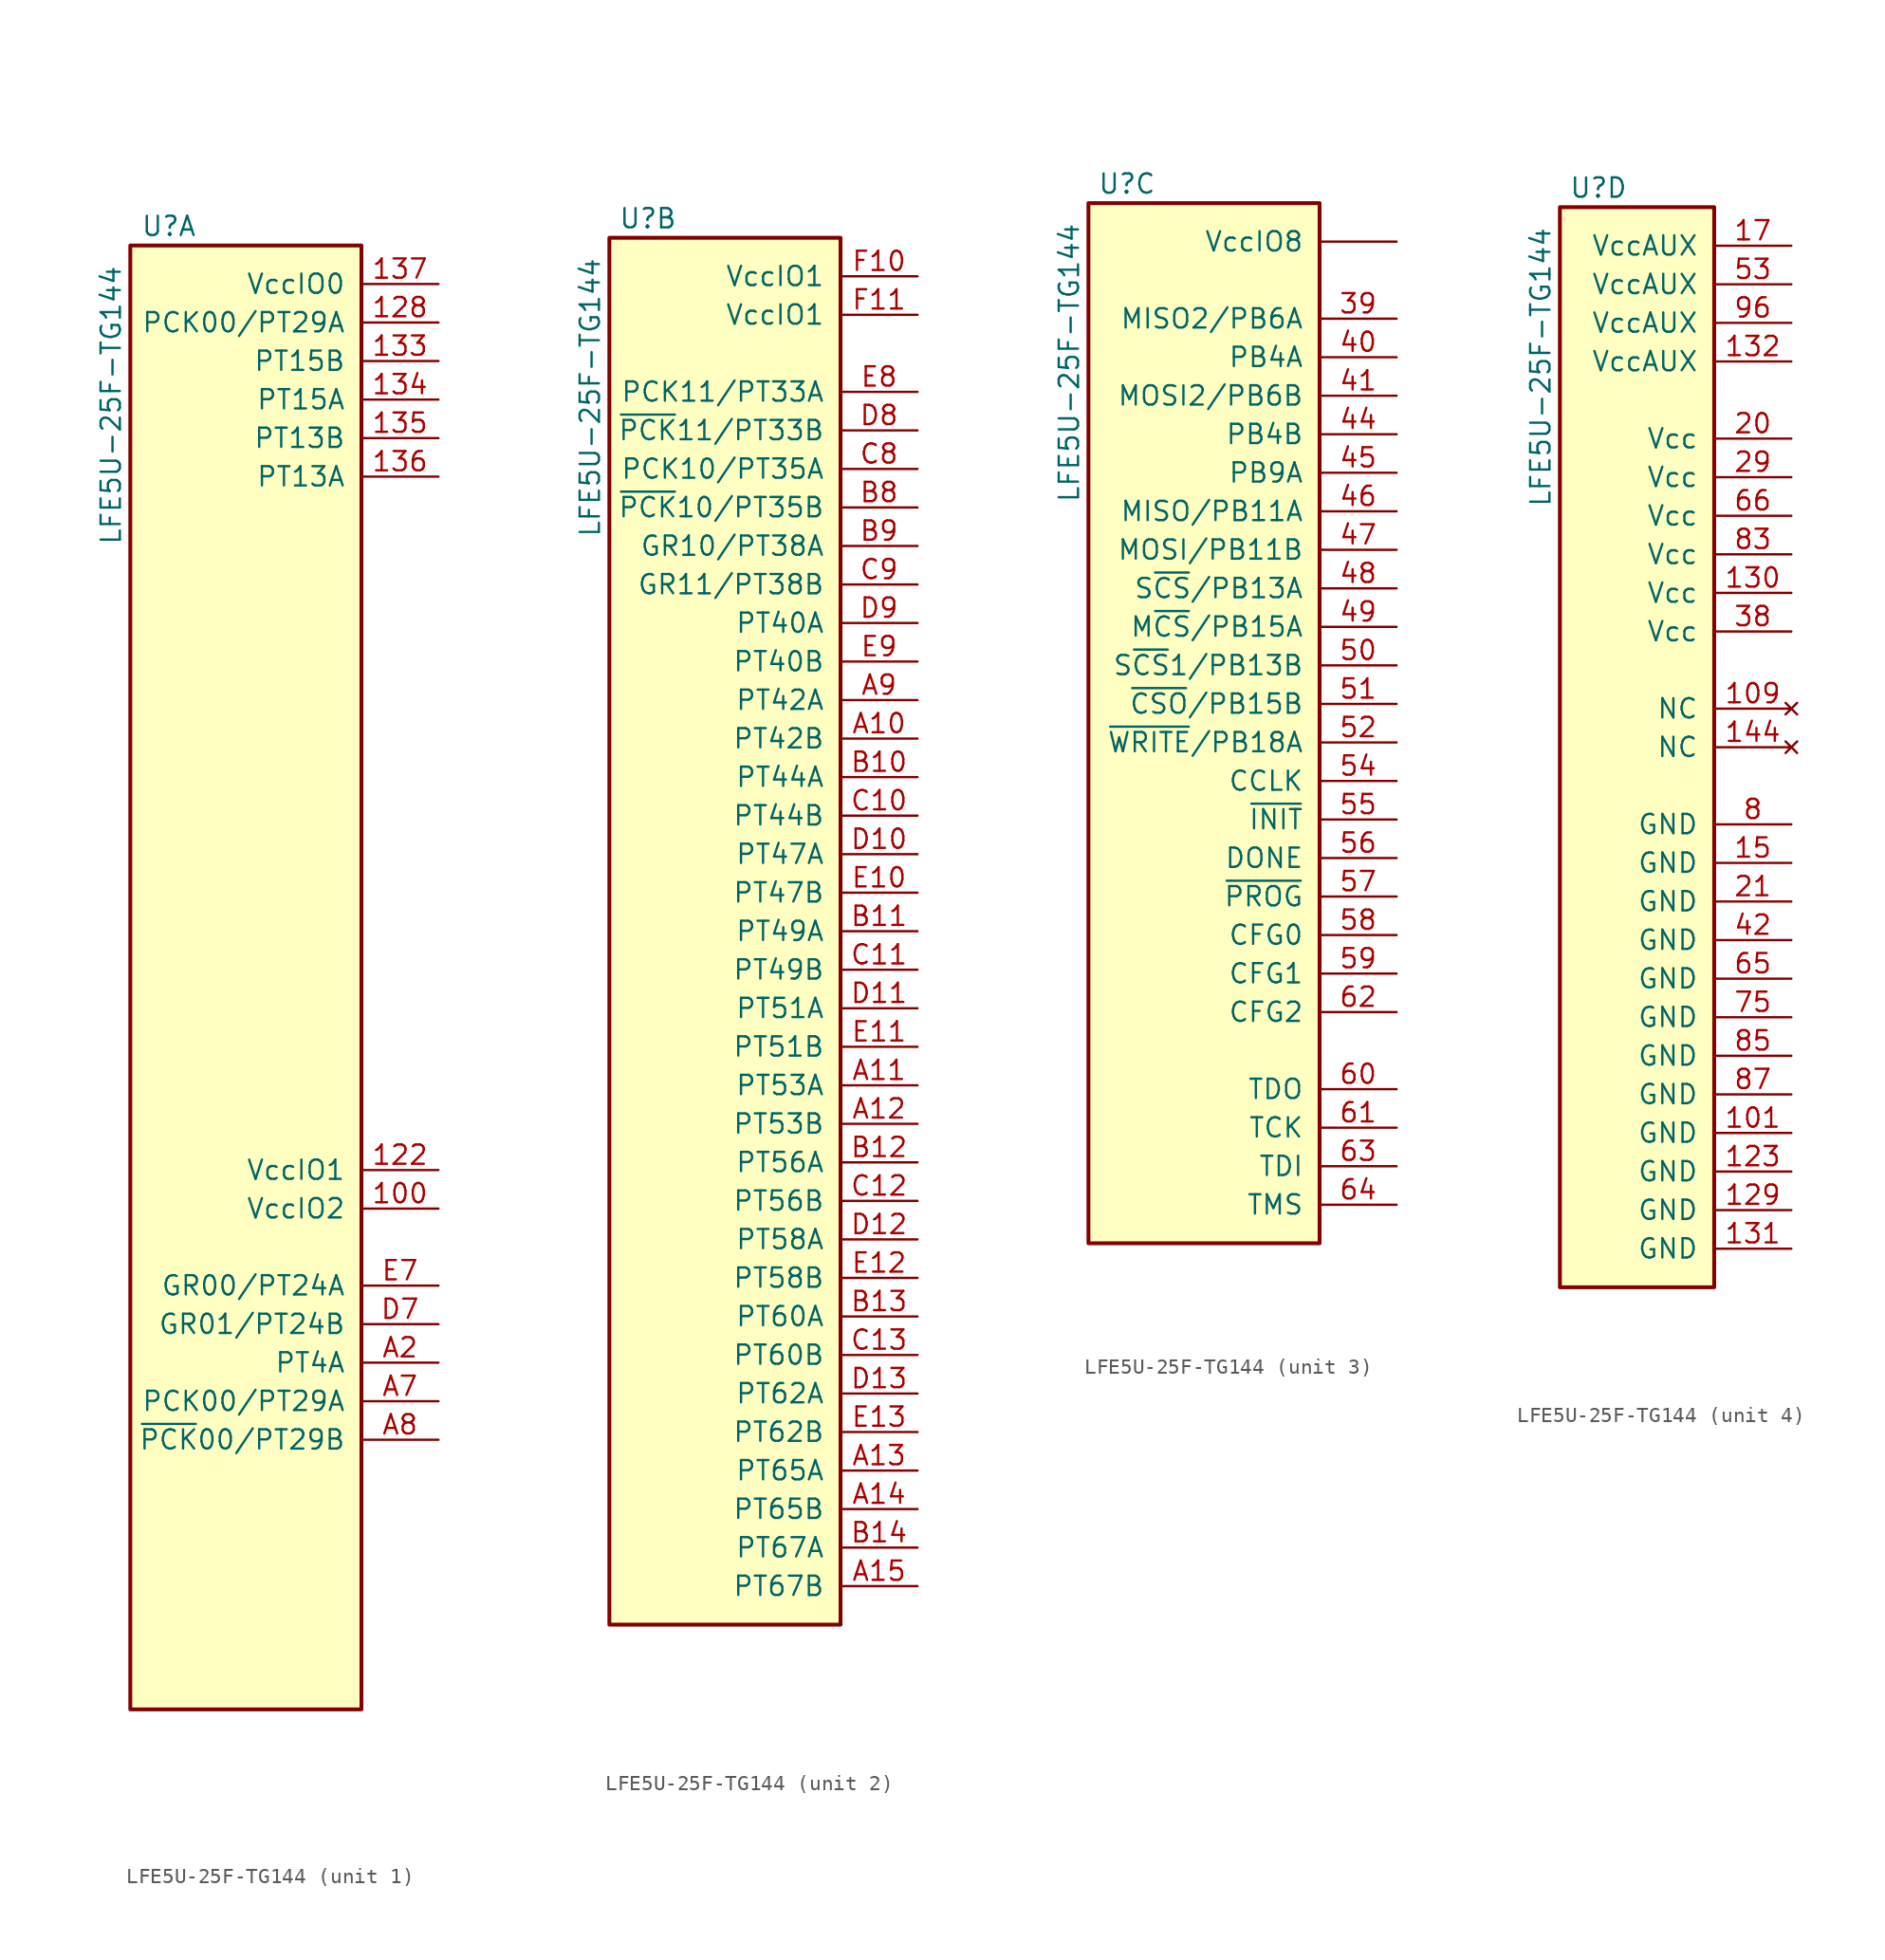
<source format=kicad_sym>
(kicad_symbol_lib
  (version 20220914)
  (generator kicad_symbol_editor)
  (symbol "LFE5U-25F-TG144"
    (pin_names
      (offset 1.016))
    (property "Reference" "U"
      (at 0 19.05 0)
      (effects (font (size 1.27 1.27))))
    (property "Value" "LFE5U-25F-TG144"
      (at -3.81 16.51 90)
      (effects (font (size 1.27 1.27)) (justify right)))
    (property "ki_locked" ""
      (at 0 0 0)
      (effects (font (size 1.27 1.27))))
    (symbol "LFE5U-25F-TG144_1_1"
      (rectangle (start -2.54 17.78) (end 12.7 -78.74) (stroke (width 0.254) (type default)) (fill (type background)))
      (pin power_in line (at 17.78 -45.72 180) (length 5.08) (name "VccIO2" (effects (font (size 1.27 1.27)))) (number "100" (effects (font (size 1.27 1.27)))))
      (pin power_in line (at 17.78 -43.18 180) (length 5.08) (name "VccIO1" (effects (font (size 1.27 1.27)))) (number "122" (effects (font (size 1.27 1.27)))))
      (pin bidirectional line (at 17.78 12.7 180) (length 5.08) (name "PCK00/PT29A" (effects (font (size 1.27 1.27)))) (number "128" (effects (font (size 1.27 1.27)))))
      (pin bidirectional line (at 17.78 10.16 180) (length 5.08) (name "PT15B" (effects (font (size 1.27 1.27)))) (number "133" (effects (font (size 1.27 1.27)))))
      (pin bidirectional line (at 17.78 7.62 180) (length 5.08) (name "PT15A" (effects (font (size 1.27 1.27)))) (number "134" (effects (font (size 1.27 1.27)))))
      (pin bidirectional line (at 17.78 5.08 180) (length 5.08) (name "PT13B" (effects (font (size 1.27 1.27)))) (number "135" (effects (font (size 1.27 1.27)))))
      (pin bidirectional line (at 17.78 2.54 180) (length 5.08) (name "PT13A" (effects (font (size 1.27 1.27)))) (number "136" (effects (font (size 1.27 1.27)))))
      (pin power_in line (at 17.78 15.24 180) (length 5.08) (name "VccIO0" (effects (font (size 1.27 1.27)))) (number "137" (effects (font (size 1.27 1.27)))))
      (pin bidirectional line (at 17.78 -55.88 180) (length 5.08) (name "PT4A" (effects (font (size 1.27 1.27)))) (number "A2" (effects (font (size 1.27 1.27)))))
      (pin bidirectional line (at 17.78 -58.42 180) (length 5.08) (name "PCK00/PT29A" (effects (font (size 1.27 1.27)))) (number "A7" (effects (font (size 1.27 1.27)))))
      (pin bidirectional line (at 17.78 -60.96 180) (length 5.08) (name "~{PCK}00/PT29B" (effects (font (size 1.27 1.27)))) (number "A8" (effects (font (size 1.27 1.27)))))
      (pin bidirectional line (at 17.78 -53.34 180) (length 5.08) (name "GR01/PT24B" (effects (font (size 1.27 1.27)))) (number "D7" (effects (font (size 1.27 1.27)))))
      (pin bidirectional line (at 17.78 -50.8 180) (length 5.08) (name "GR00/PT24A" (effects (font (size 1.27 1.27)))) (number "E7" (effects (font (size 1.27 1.27))))))
    (symbol "LFE5U-25F-TG144_2_1"
      (rectangle (start 12.7 -73.66) (end -2.54 17.78) (stroke (width 0.254) (type default)) (fill (type background)))
      (pin bidirectional line (at 17.78 -15.24 180) (length 5.08) (name "PT42B" (effects (font (size 1.27 1.27)))) (number "A10" (effects (font (size 1.27 1.27)))))
      (pin bidirectional line (at 17.78 -38.1 180) (length 5.08) (name "PT53A" (effects (font (size 1.27 1.27)))) (number "A11" (effects (font (size 1.27 1.27)))))
      (pin bidirectional line (at 17.78 -40.64 180) (length 5.08) (name "PT53B" (effects (font (size 1.27 1.27)))) (number "A12" (effects (font (size 1.27 1.27)))))
      (pin bidirectional line (at 17.78 -63.5 180) (length 5.08) (name "PT65A" (effects (font (size 1.27 1.27)))) (number "A13" (effects (font (size 1.27 1.27)))))
      (pin bidirectional line (at 17.78 -66.04 180) (length 5.08) (name "PT65B" (effects (font (size 1.27 1.27)))) (number "A14" (effects (font (size 1.27 1.27)))))
      (pin bidirectional line (at 17.78 -71.12 180) (length 5.08) (name "PT67B" (effects (font (size 1.27 1.27)))) (number "A15" (effects (font (size 1.27 1.27)))))
      (pin bidirectional line (at 17.78 -12.7 180) (length 5.08) (name "PT42A" (effects (font (size 1.27 1.27)))) (number "A9" (effects (font (size 1.27 1.27)))))
      (pin bidirectional line (at 17.78 -17.78 180) (length 5.08) (name "PT44A" (effects (font (size 1.27 1.27)))) (number "B10" (effects (font (size 1.27 1.27)))))
      (pin bidirectional line (at 17.78 -27.94 180) (length 5.08) (name "PT49A" (effects (font (size 1.27 1.27)))) (number "B11" (effects (font (size 1.27 1.27)))))
      (pin bidirectional line (at 17.78 -43.18 180) (length 5.08) (name "PT56A" (effects (font (size 1.27 1.27)))) (number "B12" (effects (font (size 1.27 1.27)))))
      (pin bidirectional line (at 17.78 -53.34 180) (length 5.08) (name "PT60A" (effects (font (size 1.27 1.27)))) (number "B13" (effects (font (size 1.27 1.27)))))
      (pin bidirectional line (at 17.78 -68.58 180) (length 5.08) (name "PT67A" (effects (font (size 1.27 1.27)))) (number "B14" (effects (font (size 1.27 1.27)))))
      (pin bidirectional line (at 17.78 0 180) (length 5.08) (name "~{PCK}10/PT35B" (effects (font (size 1.27 1.27)))) (number "B8" (effects (font (size 1.27 1.27)))))
      (pin bidirectional line (at 17.78 -2.54 180) (length 5.08) (name "GR10/PT38A" (effects (font (size 1.27 1.27)))) (number "B9" (effects (font (size 1.27 1.27)))))
      (pin bidirectional line (at 17.78 -20.32 180) (length 5.08) (name "PT44B" (effects (font (size 1.27 1.27)))) (number "C10" (effects (font (size 1.27 1.27)))))
      (pin bidirectional line (at 17.78 -30.48 180) (length 5.08) (name "PT49B" (effects (font (size 1.27 1.27)))) (number "C11" (effects (font (size 1.27 1.27)))))
      (pin bidirectional line (at 17.78 -45.72 180) (length 5.08) (name "PT56B" (effects (font (size 1.27 1.27)))) (number "C12" (effects (font (size 1.27 1.27)))))
      (pin bidirectional line (at 17.78 -55.88 180) (length 5.08) (name "PT60B" (effects (font (size 1.27 1.27)))) (number "C13" (effects (font (size 1.27 1.27)))))
      (pin bidirectional line (at 17.78 2.54 180) (length 5.08) (name "PCK10/PT35A" (effects (font (size 1.27 1.27)))) (number "C8" (effects (font (size 1.27 1.27)))))
      (pin bidirectional line (at 17.78 -5.08 180) (length 5.08) (name "GR11/PT38B" (effects (font (size 1.27 1.27)))) (number "C9" (effects (font (size 1.27 1.27)))))
      (pin bidirectional line (at 17.78 -22.86 180) (length 5.08) (name "PT47A" (effects (font (size 1.27 1.27)))) (number "D10" (effects (font (size 1.27 1.27)))))
      (pin bidirectional line (at 17.78 -33.02 180) (length 5.08) (name "PT51A" (effects (font (size 1.27 1.27)))) (number "D11" (effects (font (size 1.27 1.27)))))
      (pin bidirectional line (at 17.78 -48.26 180) (length 5.08) (name "PT58A" (effects (font (size 1.27 1.27)))) (number "D12" (effects (font (size 1.27 1.27)))))
      (pin bidirectional line (at 17.78 -58.42 180) (length 5.08) (name "PT62A" (effects (font (size 1.27 1.27)))) (number "D13" (effects (font (size 1.27 1.27)))))
      (pin bidirectional line (at 17.78 5.08 180) (length 5.08) (name "~{PCK}11/PT33B" (effects (font (size 1.27 1.27)))) (number "D8" (effects (font (size 1.27 1.27)))))
      (pin bidirectional line (at 17.78 -7.62 180) (length 5.08) (name "PT40A" (effects (font (size 1.27 1.27)))) (number "D9" (effects (font (size 1.27 1.27)))))
      (pin bidirectional line (at 17.78 -25.4 180) (length 5.08) (name "PT47B" (effects (font (size 1.27 1.27)))) (number "E10" (effects (font (size 1.27 1.27)))))
      (pin bidirectional line (at 17.78 -35.56 180) (length 5.08) (name "PT51B" (effects (font (size 1.27 1.27)))) (number "E11" (effects (font (size 1.27 1.27)))))
      (pin bidirectional line (at 17.78 -50.8 180) (length 5.08) (name "PT58B" (effects (font (size 1.27 1.27)))) (number "E12" (effects (font (size 1.27 1.27)))))
      (pin bidirectional line (at 17.78 -60.96 180) (length 5.08) (name "PT62B" (effects (font (size 1.27 1.27)))) (number "E13" (effects (font (size 1.27 1.27)))))
      (pin bidirectional line (at 17.78 7.62 180) (length 5.08) (name "PCK11/PT33A" (effects (font (size 1.27 1.27)))) (number "E8" (effects (font (size 1.27 1.27)))))
      (pin bidirectional line (at 17.78 -10.16 180) (length 5.08) (name "PT40B" (effects (font (size 1.27 1.27)))) (number "E9" (effects (font (size 1.27 1.27)))))
      (pin power_in line (at 17.78 15.24 180) (length 5.08) (name "VccIO1" (effects (font (size 1.27 1.27)))) (number "F10" (effects (font (size 1.27 1.27)))))
      (pin power_in line (at 17.78 12.7 180) (length 5.08) (name "VccIO1" (effects (font (size 1.27 1.27)))) (number "F11" (effects (font (size 1.27 1.27))))))
    (symbol "LFE5U-25F-TG144_3_1"
      (rectangle (start -2.54 17.78) (end 12.7 -50.8) (stroke (width 0.254) (type default)) (fill (type background)))
      (pin power_in line (at 17.78 15.24 180) (length 5.08) (name "VccIO8" (effects (font (size 1.27 1.27)))) (number "" (effects (font (size 1.27 1.27)))))
      (pin bidirectional line (at 17.78 10.16 180) (length 5.08) (name "MISO2/PB6A" (effects (font (size 1.27 1.27)))) (number "39" (effects (font (size 1.27 1.27)))))
      (pin bidirectional line (at 17.78 7.62 180) (length 5.08) (name "PB4A" (effects (font (size 1.27 1.27)))) (number "40" (effects (font (size 1.27 1.27)))))
      (pin bidirectional line (at 17.78 5.08 180) (length 5.08) (name "MOSI2/PB6B" (effects (font (size 1.27 1.27)))) (number "41" (effects (font (size 1.27 1.27)))))
      (pin bidirectional line (at 17.78 2.54 180) (length 5.08) (name "PB4B" (effects (font (size 1.27 1.27)))) (number "44" (effects (font (size 1.27 1.27)))))
      (pin bidirectional line (at 17.78 0 180) (length 5.08) (name "PB9A" (effects (font (size 1.27 1.27)))) (number "45" (effects (font (size 1.27 1.27)))))
      (pin bidirectional line (at 17.78 -2.54 180) (length 5.08) (name "MISO/PB11A" (effects (font (size 1.27 1.27)))) (number "46" (effects (font (size 1.27 1.27)))))
      (pin bidirectional line (at 17.78 -5.08 180) (length 5.08) (name "MOSI/PB11B" (effects (font (size 1.27 1.27)))) (number "47" (effects (font (size 1.27 1.27)))))
      (pin bidirectional line (at 17.78 -7.62 180) (length 5.08) (name "S~{CS}/PB13A" (effects (font (size 1.27 1.27)))) (number "48" (effects (font (size 1.27 1.27)))))
      (pin bidirectional line (at 17.78 -10.16 180) (length 5.08) (name "M~{CS}/PB15A" (effects (font (size 1.27 1.27)))) (number "49" (effects (font (size 1.27 1.27)))))
      (pin bidirectional line (at 17.78 -12.7 180) (length 5.08) (name "S~{CS}1/PB13B" (effects (font (size 1.27 1.27)))) (number "50" (effects (font (size 1.27 1.27)))))
      (pin bidirectional line (at 17.78 -15.24 180) (length 5.08) (name "~{CSO}/PB15B" (effects (font (size 1.27 1.27)))) (number "51" (effects (font (size 1.27 1.27)))))
      (pin bidirectional line (at 17.78 -17.78 180) (length 5.08) (name "~{WRITE}/PB18A" (effects (font (size 1.27 1.27)))) (number "52" (effects (font (size 1.27 1.27)))))
      (pin bidirectional line (at 17.78 -20.32 180) (length 5.08) (name "CCLK" (effects (font (size 1.27 1.27)))) (number "54" (effects (font (size 1.27 1.27)))))
      (pin open_collector line (at 17.78 -22.86 180) (length 5.08) (name "~{INIT}" (effects (font (size 1.27 1.27)))) (number "55" (effects (font (size 1.27 1.27)))))
      (pin open_collector line (at 17.78 -25.4 180) (length 5.08) (name "DONE" (effects (font (size 1.27 1.27)))) (number "56" (effects (font (size 1.27 1.27)))))
      (pin input line (at 17.78 -27.94 180) (length 5.08) (name "~{PROG}" (effects (font (size 1.27 1.27)))) (number "57" (effects (font (size 1.27 1.27)))))
      (pin input line (at 17.78 -30.48 180) (length 5.08) (name "CFG0" (effects (font (size 1.27 1.27)))) (number "58" (effects (font (size 1.27 1.27)))))
      (pin input line (at 17.78 -33.02 180) (length 5.08) (name "CFG1" (effects (font (size 1.27 1.27)))) (number "59" (effects (font (size 1.27 1.27)))))
      (pin output line (at 17.78 -40.64 180) (length 5.08) (name "TDO" (effects (font (size 1.27 1.27)))) (number "60" (effects (font (size 1.27 1.27)))))
      (pin input line (at 17.78 -43.18 180) (length 5.08) (name "TCK" (effects (font (size 1.27 1.27)))) (number "61" (effects (font (size 1.27 1.27)))))
      (pin input line (at 17.78 -35.56 180) (length 5.08) (name "CFG2" (effects (font (size 1.27 1.27)))) (number "62" (effects (font (size 1.27 1.27)))))
      (pin input line (at 17.78 -45.72 180) (length 5.08) (name "TDI" (effects (font (size 1.27 1.27)))) (number "63" (effects (font (size 1.27 1.27)))))
      (pin input line (at 17.78 -48.26 180) (length 5.08) (name "TMS" (effects (font (size 1.27 1.27)))) (number "64" (effects (font (size 1.27 1.27))))))
    (symbol "LFE5U-25F-TG144_4_1"
      (rectangle (start -2.54 17.78) (end 7.62 -53.34) (stroke (width 0.254) (type default)) (fill (type background)))
      (pin power_in line (at 12.7 -43.18 180) (length 5.08) (name "GND" (effects (font (size 1.27 1.27)))) (number "101" (effects (font (size 1.27 1.27)))))
      (pin no_connect line (at 12.7 -15.24 180) (length 5.08) (name "NC" (effects (font (size 1.27 1.27)))) (number "109" (effects (font (size 1.27 1.27)))))
      (pin power_in line (at 12.7 -45.72 180) (length 5.08) (name "GND" (effects (font (size 1.27 1.27)))) (number "123" (effects (font (size 1.27 1.27)))))
      (pin power_in line (at 12.7 -48.26 180) (length 5.08) (name "GND" (effects (font (size 1.27 1.27)))) (number "129" (effects (font (size 1.27 1.27)))))
      (pin power_in line (at 12.7 -7.62 180) (length 5.08) (name "Vcc" (effects (font (size 1.27 1.27)))) (number "130" (effects (font (size 1.27 1.27)))))
      (pin power_in line (at 12.7 -50.8 180) (length 5.08) (name "GND" (effects (font (size 1.27 1.27)))) (number "131" (effects (font (size 1.27 1.27)))))
      (pin power_in line (at 12.7 7.62 180) (length 5.08) (name "VccAUX" (effects (font (size 1.27 1.27)))) (number "132" (effects (font (size 1.27 1.27)))))
      (pin no_connect line (at 12.7 -17.78 180) (length 5.08) (name "NC" (effects (font (size 1.27 1.27)))) (number "144" (effects (font (size 1.27 1.27)))))
      (pin power_in line (at 12.7 -25.4 180) (length 5.08) (name "GND" (effects (font (size 1.27 1.27)))) (number "15" (effects (font (size 1.27 1.27)))))
      (pin power_in line (at 12.7 15.24 180) (length 5.08) (name "VccAUX" (effects (font (size 1.27 1.27)))) (number "17" (effects (font (size 1.27 1.27)))))
      (pin power_in line (at 12.7 2.54 180) (length 5.08) (name "Vcc" (effects (font (size 1.27 1.27)))) (number "20" (effects (font (size 1.27 1.27)))))
      (pin power_in line (at 12.7 -27.94 180) (length 5.08) (name "GND" (effects (font (size 1.27 1.27)))) (number "21" (effects (font (size 1.27 1.27)))))
      (pin power_in line (at 12.7 0 180) (length 5.08) (name "Vcc" (effects (font (size 1.27 1.27)))) (number "29" (effects (font (size 1.27 1.27)))))
      (pin power_in line (at 12.7 -10.16 180) (length 5.08) (name "Vcc" (effects (font (size 1.27 1.27)))) (number "38" (effects (font (size 1.27 1.27)))))
      (pin power_in line (at 12.7 -30.48 180) (length 5.08) (name "GND" (effects (font (size 1.27 1.27)))) (number "42" (effects (font (size 1.27 1.27)))))
      (pin power_in line (at 12.7 12.7 180) (length 5.08) (name "VccAUX" (effects (font (size 1.27 1.27)))) (number "53" (effects (font (size 1.27 1.27)))))
      (pin power_in line (at 12.7 -33.02 180) (length 5.08) (name "GND" (effects (font (size 1.27 1.27)))) (number "65" (effects (font (size 1.27 1.27)))))
      (pin power_in line (at 12.7 -2.54 180) (length 5.08) (name "Vcc" (effects (font (size 1.27 1.27)))) (number "66" (effects (font (size 1.27 1.27)))))
      (pin power_in line (at 12.7 -35.56 180) (length 5.08) (name "GND" (effects (font (size 1.27 1.27)))) (number "75" (effects (font (size 1.27 1.27)))))
      (pin power_in line (at 12.7 -22.86 180) (length 5.08) (name "GND" (effects (font (size 1.27 1.27)))) (number "8" (effects (font (size 1.27 1.27)))))
      (pin power_in line (at 12.7 -5.08 180) (length 5.08) (name "Vcc" (effects (font (size 1.27 1.27)))) (number "83" (effects (font (size 1.27 1.27)))))
      (pin power_in line (at 12.7 -38.1 180) (length 5.08) (name "GND" (effects (font (size 1.27 1.27)))) (number "85" (effects (font (size 1.27 1.27)))))
      (pin power_in line (at 12.7 -40.64 180) (length 5.08) (name "GND" (effects (font (size 1.27 1.27)))) (number "87" (effects (font (size 1.27 1.27)))))
      (pin power_in line (at 12.7 10.16 180) (length 5.08) (name "VccAUX" (effects (font (size 1.27 1.27)))) (number "96" (effects (font (size 1.27 1.27))))))))
</source>
